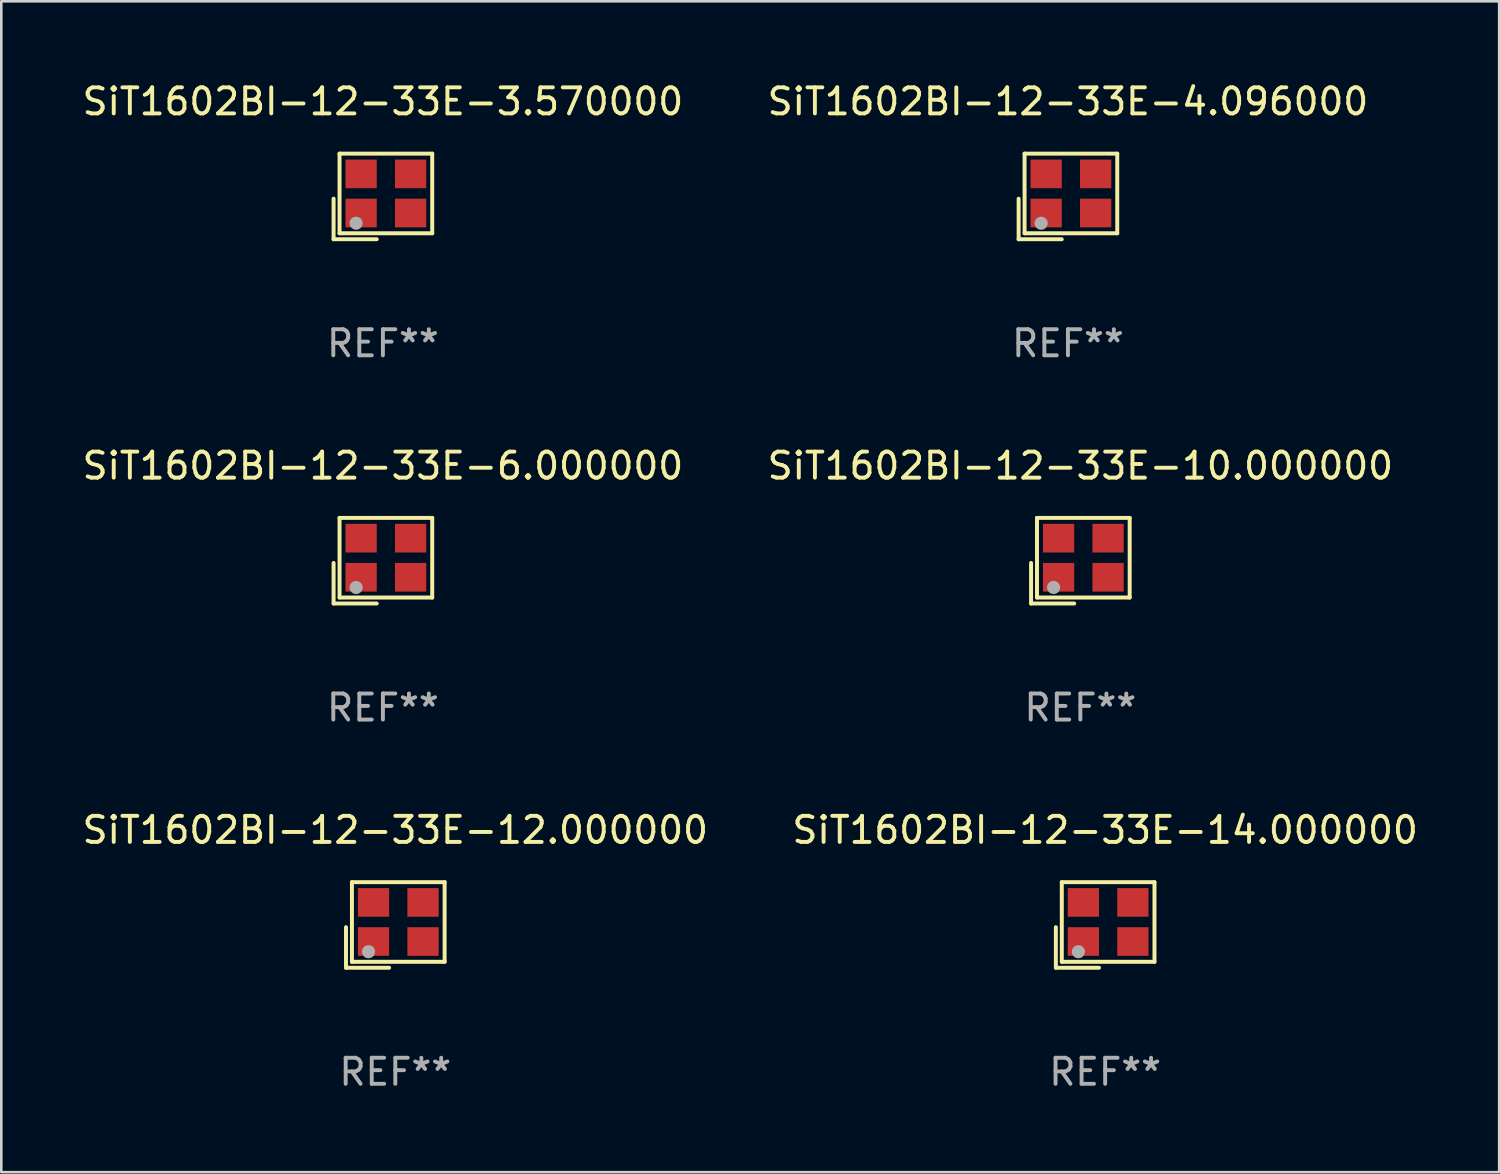
<source format=kicad_pcb>
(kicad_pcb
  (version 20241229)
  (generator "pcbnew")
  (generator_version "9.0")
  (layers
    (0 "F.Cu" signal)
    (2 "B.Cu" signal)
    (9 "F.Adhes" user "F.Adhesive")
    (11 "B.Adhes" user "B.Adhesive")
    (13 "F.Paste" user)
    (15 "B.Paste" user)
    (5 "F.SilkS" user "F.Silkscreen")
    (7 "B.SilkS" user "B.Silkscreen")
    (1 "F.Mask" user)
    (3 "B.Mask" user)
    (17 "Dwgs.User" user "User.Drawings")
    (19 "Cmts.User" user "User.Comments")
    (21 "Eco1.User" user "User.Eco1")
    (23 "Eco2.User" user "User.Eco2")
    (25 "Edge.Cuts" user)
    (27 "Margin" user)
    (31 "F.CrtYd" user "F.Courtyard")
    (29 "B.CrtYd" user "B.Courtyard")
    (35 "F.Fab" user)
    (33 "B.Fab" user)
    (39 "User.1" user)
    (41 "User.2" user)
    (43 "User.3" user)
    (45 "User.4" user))
  (footprint "SiT1602BI-12-33E-12.000000"
    (layer "F.Cu")
    (at 12.125 32.457)
    (property "Reference" "SiT1602BI-12-33E-12.000000" (at 0 -3.643 0) (layer "F.SilkS") (effects (font (size 1 1) (thickness 0.15))))
    (attr through_hole)
    (fp_line (start -1.893 0.086) (end -1.893 1.643) (stroke (width 0.152) (type solid)) (layer "F.SilkS"))
    (fp_line (start -1.893 1.643) (end -0.237 1.643) (stroke (width 0.152) (type solid)) (layer "F.SilkS"))
    (fp_line (start -1.665 -1.643) (end 1.893 -1.643) (stroke (width 0.152) (type solid)) (layer "F.SilkS"))
    (fp_line (start -1.665 1.414) (end -1.665 -1.643) (stroke (width 0.152) (type solid)) (layer "F.SilkS"))
    (fp_line (start 1.893 -1.643) (end 1.893 1.414) (stroke (width 0.152) (type solid)) (layer "F.SilkS"))
    (fp_line (start 1.893 1.414) (end -1.665 1.414) (stroke (width 0.152) (type solid)) (layer "F.SilkS"))
    (fp_circle (center -1.136 0.885) (end -1.106 0.885) (stroke (width 0.06) (type solid)) (fill no) (layer "F.SilkS"))
    (fp_circle (center -1.029 1.028) (end -0.902 1.028) (stroke (width 0.254) (type solid)) (fill no) (layer "F.Fab"))
    (fp_text user "REF**" (at 0 5.643 0) (layer "F.Fab") (effects (font (size 1 1) (thickness 0.15))))
    (pad "1" smd rect (at -0.836 0.636) (size 1.2 1.1) (layers "F.Cu" "F.Mask" "F.Paste"))
    (pad "2" smd rect (at 1.064 0.636) (size 1.2 1.1) (layers "F.Cu" "F.Mask" "F.Paste"))
    (pad "3" smd rect (at 1.064 -0.865) (size 1.2 1.1) (layers "F.Cu" "F.Mask" "F.Paste"))
    (pad "4" smd rect (at -0.836 -0.865) (size 1.2 1.1) (layers "F.Cu" "F.Mask" "F.Paste")))
  (footprint "SiT1602BI-12-33E-6.000000"
    (layer "F.Cu")
    (at 11.649 18.474)
    (property "Reference" "SiT1602BI-12-33E-6.000000" (at 0 -3.643 0) (layer "F.SilkS") (effects (font (size 1 1) (thickness 0.15))))
    (attr through_hole)
    (fp_line (start -1.893 0.086) (end -1.893 1.643) (stroke (width 0.152) (type solid)) (layer "F.SilkS"))
    (fp_line (start -1.893 1.643) (end -0.237 1.643) (stroke (width 0.152) (type solid)) (layer "F.SilkS"))
    (fp_line (start -1.665 -1.643) (end 1.893 -1.643) (stroke (width 0.152) (type solid)) (layer "F.SilkS"))
    (fp_line (start -1.665 1.414) (end -1.665 -1.643) (stroke (width 0.152) (type solid)) (layer "F.SilkS"))
    (fp_line (start 1.893 -1.643) (end 1.893 1.414) (stroke (width 0.152) (type solid)) (layer "F.SilkS"))
    (fp_line (start 1.893 1.414) (end -1.665 1.414) (stroke (width 0.152) (type solid)) (layer "F.SilkS"))
    (fp_circle (center -1.136 0.885) (end -1.106 0.885) (stroke (width 0.06) (type solid)) (fill no) (layer "F.SilkS"))
    (fp_circle (center -1.029 1.028) (end -0.902 1.028) (stroke (width 0.254) (type solid)) (fill no) (layer "F.Fab"))
    (fp_text user "REF**" (at 0 5.643 0) (layer "F.Fab") (effects (font (size 1 1) (thickness 0.15))))
    (pad "1" smd rect (at -0.836 0.636) (size 1.2 1.1) (layers "F.Cu" "F.Mask" "F.Paste"))
    (pad "2" smd rect (at 1.064 0.636) (size 1.2 1.1) (layers "F.Cu" "F.Mask" "F.Paste"))
    (pad "3" smd rect (at 1.064 -0.865) (size 1.2 1.1) (layers "F.Cu" "F.Mask" "F.Paste"))
    (pad "4" smd rect (at -0.836 -0.865) (size 1.2 1.1) (layers "F.Cu" "F.Mask" "F.Paste")))
  (footprint "SiT1602BI-12-33E-3.570000"
    (layer "F.Cu")
    (at 11.649 4.491)
    (property "Reference" "SiT1602BI-12-33E-3.570000" (at 0 -3.643 0) (layer "F.SilkS") (effects (font (size 1 1) (thickness 0.15))))
    (attr through_hole)
    (fp_line (start -1.893 0.086) (end -1.893 1.643) (stroke (width 0.152) (type solid)) (layer "F.SilkS"))
    (fp_line (start -1.893 1.643) (end -0.237 1.643) (stroke (width 0.152) (type solid)) (layer "F.SilkS"))
    (fp_line (start -1.665 -1.643) (end 1.893 -1.643) (stroke (width 0.152) (type solid)) (layer "F.SilkS"))
    (fp_line (start -1.665 1.414) (end -1.665 -1.643) (stroke (width 0.152) (type solid)) (layer "F.SilkS"))
    (fp_line (start 1.893 -1.643) (end 1.893 1.414) (stroke (width 0.152) (type solid)) (layer "F.SilkS"))
    (fp_line (start 1.893 1.414) (end -1.665 1.414) (stroke (width 0.152) (type solid)) (layer "F.SilkS"))
    (fp_circle (center -1.136 0.885) (end -1.106 0.885) (stroke (width 0.06) (type solid)) (fill no) (layer "F.SilkS"))
    (fp_circle (center -1.029 1.028) (end -0.902 1.028) (stroke (width 0.254) (type solid)) (fill no) (layer "F.Fab"))
    (fp_text user "REF**" (at 0 5.643 0) (layer "F.Fab") (effects (font (size 1 1) (thickness 0.15))))
    (pad "1" smd rect (at -0.836 0.636) (size 1.2 1.1) (layers "F.Cu" "F.Mask" "F.Paste"))
    (pad "2" smd rect (at 1.064 0.636) (size 1.2 1.1) (layers "F.Cu" "F.Mask" "F.Paste"))
    (pad "3" smd rect (at 1.064 -0.865) (size 1.2 1.1) (layers "F.Cu" "F.Mask" "F.Paste"))
    (pad "4" smd rect (at -0.836 -0.865) (size 1.2 1.1) (layers "F.Cu" "F.Mask" "F.Paste")))
  (footprint "SiT1602BI-12-33E-10.000000"
    (layer "F.Cu")
    (at 38.423 18.474)
    (property "Reference" "SiT1602BI-12-33E-10.000000" (at 0 -3.643 0) (layer "F.SilkS") (effects (font (size 1 1) (thickness 0.15))))
    (attr through_hole)
    (fp_line (start -1.893 0.086) (end -1.893 1.643) (stroke (width 0.152) (type solid)) (layer "F.SilkS"))
    (fp_line (start -1.893 1.643) (end -0.237 1.643) (stroke (width 0.152) (type solid)) (layer "F.SilkS"))
    (fp_line (start -1.665 -1.643) (end 1.893 -1.643) (stroke (width 0.152) (type solid)) (layer "F.SilkS"))
    (fp_line (start -1.665 1.414) (end -1.665 -1.643) (stroke (width 0.152) (type solid)) (layer "F.SilkS"))
    (fp_line (start 1.893 -1.643) (end 1.893 1.414) (stroke (width 0.152) (type solid)) (layer "F.SilkS"))
    (fp_line (start 1.893 1.414) (end -1.665 1.414) (stroke (width 0.152) (type solid)) (layer "F.SilkS"))
    (fp_circle (center -1.136 0.885) (end -1.106 0.885) (stroke (width 0.06) (type solid)) (fill no) (layer "F.SilkS"))
    (fp_circle (center -1.029 1.028) (end -0.902 1.028) (stroke (width 0.254) (type solid)) (fill no) (layer "F.Fab"))
    (fp_text user "REF**" (at 0 5.643 0) (layer "F.Fab") (effects (font (size 1 1) (thickness 0.15))))
    (pad "1" smd rect (at -0.836 0.636) (size 1.2 1.1) (layers "F.Cu" "F.Mask" "F.Paste"))
    (pad "2" smd rect (at 1.064 0.636) (size 1.2 1.1) (layers "F.Cu" "F.Mask" "F.Paste"))
    (pad "3" smd rect (at 1.064 -0.865) (size 1.2 1.1) (layers "F.Cu" "F.Mask" "F.Paste"))
    (pad "4" smd rect (at -0.836 -0.865) (size 1.2 1.1) (layers "F.Cu" "F.Mask" "F.Paste")))
  (footprint "SiT1602BI-12-33E-4.096000"
    (layer "F.Cu")
    (at 37.946 4.491)
    (property "Reference" "SiT1602BI-12-33E-4.096000" (at 0 -3.643 0) (layer "F.SilkS") (effects (font (size 1 1) (thickness 0.15))))
    (attr through_hole)
    (fp_line (start -1.893 0.086) (end -1.893 1.643) (stroke (width 0.152) (type solid)) (layer "F.SilkS"))
    (fp_line (start -1.893 1.643) (end -0.237 1.643) (stroke (width 0.152) (type solid)) (layer "F.SilkS"))
    (fp_line (start -1.665 -1.643) (end 1.893 -1.643) (stroke (width 0.152) (type solid)) (layer "F.SilkS"))
    (fp_line (start -1.665 1.414) (end -1.665 -1.643) (stroke (width 0.152) (type solid)) (layer "F.SilkS"))
    (fp_line (start 1.893 -1.643) (end 1.893 1.414) (stroke (width 0.152) (type solid)) (layer "F.SilkS"))
    (fp_line (start 1.893 1.414) (end -1.665 1.414) (stroke (width 0.152) (type solid)) (layer "F.SilkS"))
    (fp_circle (center -1.136 0.885) (end -1.106 0.885) (stroke (width 0.06) (type solid)) (fill no) (layer "F.SilkS"))
    (fp_circle (center -1.029 1.028) (end -0.902 1.028) (stroke (width 0.254) (type solid)) (fill no) (layer "F.Fab"))
    (fp_text user "REF**" (at 0 5.643 0) (layer "F.Fab") (effects (font (size 1 1) (thickness 0.15))))
    (pad "1" smd rect (at -0.836 0.636) (size 1.2 1.1) (layers "F.Cu" "F.Mask" "F.Paste"))
    (pad "2" smd rect (at 1.064 0.636) (size 1.2 1.1) (layers "F.Cu" "F.Mask" "F.Paste"))
    (pad "3" smd rect (at 1.064 -0.865) (size 1.2 1.1) (layers "F.Cu" "F.Mask" "F.Paste"))
    (pad "4" smd rect (at -0.836 -0.865) (size 1.2 1.1) (layers "F.Cu" "F.Mask" "F.Paste")))
  (footprint "SiT1602BI-12-33E-14.000000"
    (layer "F.Cu")
    (at 39.375 32.457)
    (property "Reference" "SiT1602BI-12-33E-14.000000" (at 0 -3.643 0) (layer "F.SilkS") (effects (font (size 1 1) (thickness 0.15))))
    (attr through_hole)
    (fp_line (start -1.893 0.086) (end -1.893 1.643) (stroke (width 0.152) (type solid)) (layer "F.SilkS"))
    (fp_line (start -1.893 1.643) (end -0.237 1.643) (stroke (width 0.152) (type solid)) (layer "F.SilkS"))
    (fp_line (start -1.665 -1.643) (end 1.893 -1.643) (stroke (width 0.152) (type solid)) (layer "F.SilkS"))
    (fp_line (start -1.665 1.414) (end -1.665 -1.643) (stroke (width 0.152) (type solid)) (layer "F.SilkS"))
    (fp_line (start 1.893 -1.643) (end 1.893 1.414) (stroke (width 0.152) (type solid)) (layer "F.SilkS"))
    (fp_line (start 1.893 1.414) (end -1.665 1.414) (stroke (width 0.152) (type solid)) (layer "F.SilkS"))
    (fp_circle (center -1.136 0.885) (end -1.106 0.885) (stroke (width 0.06) (type solid)) (fill no) (layer "F.SilkS"))
    (fp_circle (center -1.029 1.028) (end -0.902 1.028) (stroke (width 0.254) (type solid)) (fill no) (layer "F.Fab"))
    (fp_text user "REF**" (at 0 5.643 0) (layer "F.Fab") (effects (font (size 1 1) (thickness 0.15))))
    (pad "1" smd rect (at -0.836 0.636) (size 1.2 1.1) (layers "F.Cu" "F.Mask" "F.Paste"))
    (pad "2" smd rect (at 1.064 0.636) (size 1.2 1.1) (layers "F.Cu" "F.Mask" "F.Paste"))
    (pad "3" smd rect (at 1.064 -0.865) (size 1.2 1.1) (layers "F.Cu" "F.Mask" "F.Paste"))
    (pad "4" smd rect (at -0.836 -0.865) (size 1.2 1.1) (layers "F.Cu" "F.Mask" "F.Paste")))
  (gr_rect
    (start -3 -3)
    (end 54.5 41.948)
    (stroke (width 0.1) (type default))
    (fill no)
    (layer "Edge.Cuts")))
</source>
